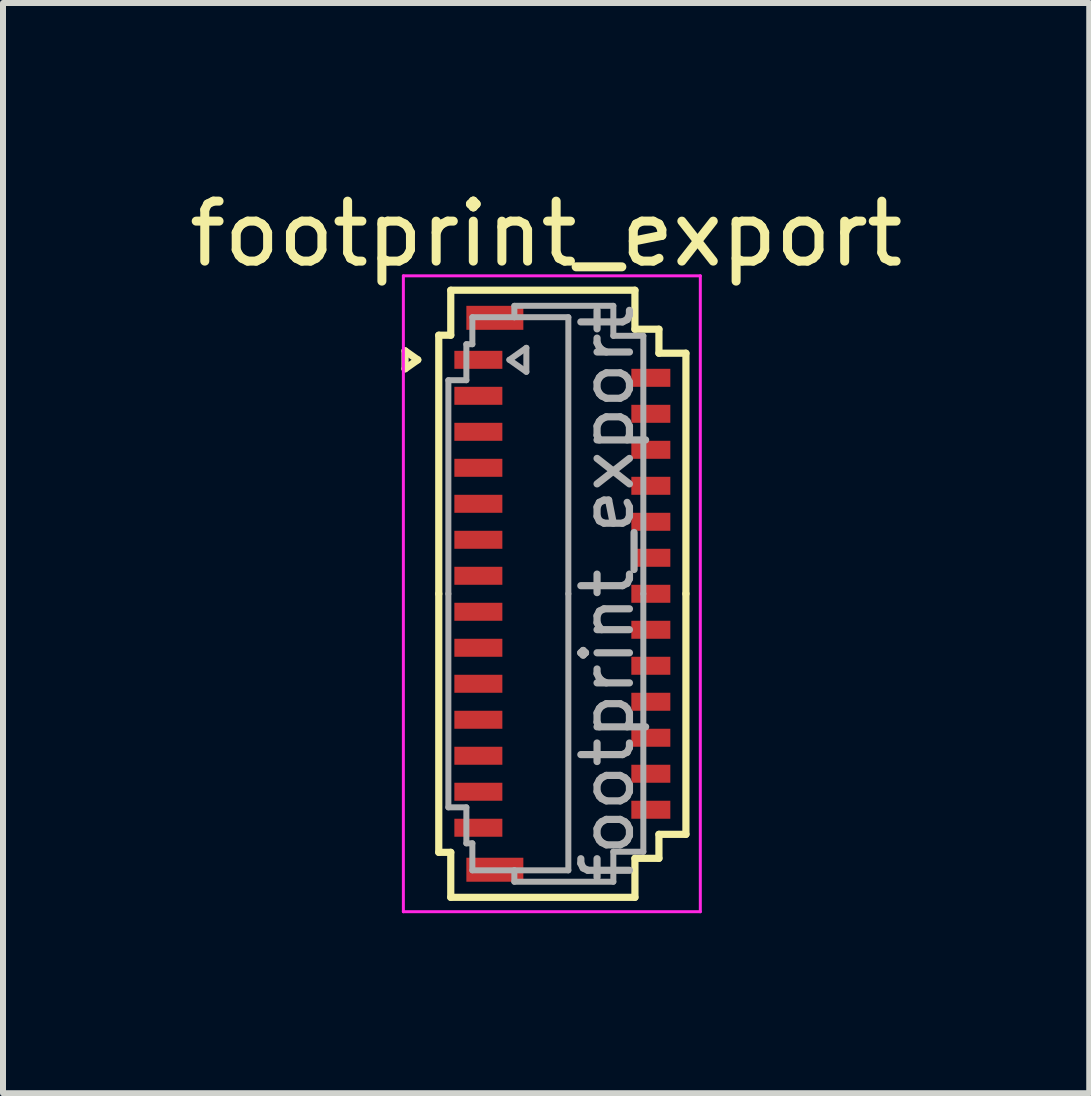
<source format=kicad_pcb>
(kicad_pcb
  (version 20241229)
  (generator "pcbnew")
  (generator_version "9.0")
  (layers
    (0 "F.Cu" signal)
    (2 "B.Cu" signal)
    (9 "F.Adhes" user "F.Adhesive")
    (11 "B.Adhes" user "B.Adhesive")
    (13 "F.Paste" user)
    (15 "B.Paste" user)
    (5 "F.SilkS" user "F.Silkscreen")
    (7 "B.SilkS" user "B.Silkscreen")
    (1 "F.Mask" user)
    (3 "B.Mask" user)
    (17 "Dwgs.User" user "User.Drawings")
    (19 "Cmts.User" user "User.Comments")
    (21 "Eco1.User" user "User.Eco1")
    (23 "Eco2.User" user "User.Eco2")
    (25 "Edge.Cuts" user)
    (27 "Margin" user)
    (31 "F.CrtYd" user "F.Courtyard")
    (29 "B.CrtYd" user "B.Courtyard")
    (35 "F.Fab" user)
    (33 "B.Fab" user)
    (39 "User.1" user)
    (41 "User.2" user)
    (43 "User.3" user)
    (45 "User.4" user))
  (footprint "footprint_export"
    (layer "F.Cu")
    (at 6.324 6.848)
    (property "Reference" "footprint_export" (at -0.27 -6 0) (layer "F.SilkS") (effects (font (size 1 1) (thickness 0.15))))
    (attr smd)
    (fp_line (start -2.622 -4.05) (end -2.41 -3.9) (stroke (width 0.12) (type solid)) (layer "F.SilkS"))
    (fp_line (start -2.622 -3.75) (end -2.622 -4.05) (stroke (width 0.12) (type solid)) (layer "F.SilkS"))
    (fp_line (start -2.41 -3.9) (end -2.622 -3.75) (stroke (width 0.12) (type solid)) (layer "F.SilkS"))
    (fp_line (start -2.06 -4.31) (end -2.06 0) (stroke (width 0.12) (type solid)) (layer "F.SilkS"))
    (fp_line (start -2.06 4.31) (end -2.06 0) (stroke (width 0.12) (type solid)) (layer "F.SilkS"))
    (fp_line (start -1.86 -5.06) (end -1.86 -4.31) (stroke (width 0.12) (type solid)) (layer "F.SilkS"))
    (fp_line (start -1.86 -4.31) (end -2.06 -4.31) (stroke (width 0.12) (type solid)) (layer "F.SilkS"))
    (fp_line (start -1.86 4.31) (end -2.06 4.31) (stroke (width 0.12) (type solid)) (layer "F.SilkS"))
    (fp_line (start -1.86 5.06) (end -1.86 4.31) (stroke (width 0.12) (type solid)) (layer "F.SilkS"))
    (fp_line (start 1.21 -5.06) (end -1.86 -5.06) (stroke (width 0.12) (type solid)) (layer "F.SilkS"))
    (fp_line (start 1.21 -4.41) (end 1.21 -5.06) (stroke (width 0.12) (type solid)) (layer "F.SilkS"))
    (fp_line (start 1.21 4.41) (end 1.21 5.06) (stroke (width 0.12) (type solid)) (layer "F.SilkS"))
    (fp_line (start 1.21 5.06) (end -1.86 5.06) (stroke (width 0.12) (type solid)) (layer "F.SilkS"))
    (fp_line (start 1.61 -4.41) (end 1.21 -4.41) (stroke (width 0.12) (type solid)) (layer "F.SilkS"))
    (fp_line (start 1.61 -4.01) (end 1.61 -4.41) (stroke (width 0.12) (type solid)) (layer "F.SilkS"))
    (fp_line (start 1.61 4.01) (end 1.61 4.41) (stroke (width 0.12) (type solid)) (layer "F.SilkS"))
    (fp_line (start 1.61 4.41) (end 1.21 4.41) (stroke (width 0.12) (type solid)) (layer "F.SilkS"))
    (fp_line (start 2.06 -4.01) (end 1.61 -4.01) (stroke (width 0.12) (type solid)) (layer "F.SilkS"))
    (fp_line (start 2.06 0) (end 2.06 -4.01) (stroke (width 0.12) (type solid)) (layer "F.SilkS"))
    (fp_line (start 2.06 0) (end 2.06 4.01) (stroke (width 0.12) (type solid)) (layer "F.SilkS"))
    (fp_line (start 2.06 4.01) (end 1.61 4.01) (stroke (width 0.12) (type solid)) (layer "F.SilkS"))
    (fp_line (start -2.65 -5.3) (end -2.65 5.3) (stroke (width 0.05) (type solid)) (layer "F.CrtYd"))
    (fp_line (start -2.65 5.3) (end 2.3 5.3) (stroke (width 0.05) (type solid)) (layer "F.CrtYd"))
    (fp_line (start 2.3 -5.3) (end -2.65 -5.3) (stroke (width 0.05) (type solid)) (layer "F.CrtYd"))
    (fp_line (start 2.3 5.3) (end 2.3 -5.3) (stroke (width 0.05) (type solid)) (layer "F.CrtYd"))
    (fp_line (start -1.9 -3.56) (end -1.6 -3.56) (stroke (width 0.1) (type solid)) (layer "F.Fab"))
    (fp_line (start -1.9 0) (end -1.9 -3.56) (stroke (width 0.1) (type solid)) (layer "F.Fab"))
    (fp_line (start -1.9 0) (end -1.9 3.56) (stroke (width 0.1) (type solid)) (layer "F.Fab"))
    (fp_line (start -1.9 3.56) (end -1.6 3.56) (stroke (width 0.1) (type solid)) (layer "F.Fab"))
    (fp_line (start -1.6 -4.16) (end -1.5 -4.16) (stroke (width 0.1) (type solid)) (layer "F.Fab"))
    (fp_line (start -1.6 -3.56) (end -1.6 -4.16) (stroke (width 0.1) (type solid)) (layer "F.Fab"))
    (fp_line (start -1.6 3.56) (end -1.6 4.16) (stroke (width 0.1) (type solid)) (layer "F.Fab"))
    (fp_line (start -1.6 4.16) (end -1.5 4.16) (stroke (width 0.1) (type solid)) (layer "F.Fab"))
    (fp_line (start -1.5 -4.61) (end -0.8 -4.61) (stroke (width 0.1) (type solid)) (layer "F.Fab"))
    (fp_line (start -1.5 -4.16) (end -1.5 -4.61) (stroke (width 0.1) (type solid)) (layer "F.Fab"))
    (fp_line (start -1.5 4.16) (end -1.5 4.61) (stroke (width 0.1) (type solid)) (layer "F.Fab"))
    (fp_line (start -1.5 4.61) (end -0.8 4.61) (stroke (width 0.1) (type solid)) (layer "F.Fab"))
    (fp_line (start -0.883 -3.9) (end -0.6 -3.7) (stroke (width 0.1) (type solid)) (layer "F.Fab"))
    (fp_line (start -0.8 -4.8) (end 0.85 -4.8) (stroke (width 0.1) (type solid)) (layer "F.Fab"))
    (fp_line (start -0.8 -4.61) (end -0.8 -4.8) (stroke (width 0.1) (type solid)) (layer "F.Fab"))
    (fp_line (start -0.8 4.61) (end -0.8 4.8) (stroke (width 0.1) (type solid)) (layer "F.Fab"))
    (fp_line (start -0.8 4.8) (end 0.85 4.8) (stroke (width 0.1) (type solid)) (layer "F.Fab"))
    (fp_line (start -0.6 -4.1) (end -0.883 -3.9) (stroke (width 0.1) (type solid)) (layer "F.Fab"))
    (fp_line (start -0.6 -3.7) (end -0.6 -4.1) (stroke (width 0.1) (type solid)) (layer "F.Fab"))
    (fp_line (start 0.1 -4.61) (end -0.8 -4.61) (stroke (width 0.1) (type solid)) (layer "F.Fab"))
    (fp_line (start 0.1 0) (end 0.1 -4.61) (stroke (width 0.1) (type solid)) (layer "F.Fab"))
    (fp_line (start 0.1 0) (end 0.1 4.61) (stroke (width 0.1) (type solid)) (layer "F.Fab"))
    (fp_line (start 0.1 4.61) (end -0.8 4.61) (stroke (width 0.1) (type solid)) (layer "F.Fab"))
    (fp_line (start 0.85 -4.8) (end 0.85 -4.3) (stroke (width 0.1) (type solid)) (layer "F.Fab"))
    (fp_line (start 0.85 -4.3) (end 1.35 -4.3) (stroke (width 0.1) (type solid)) (layer "F.Fab"))
    (fp_line (start 0.85 4.3) (end 1.35 4.3) (stroke (width 0.1) (type solid)) (layer "F.Fab"))
    (fp_line (start 0.85 4.8) (end 0.85 4.3) (stroke (width 0.1) (type solid)) (layer "F.Fab"))
    (fp_line (start 1.35 -4.3) (end 1.35 0) (stroke (width 0.1) (type solid)) (layer "F.Fab"))
    (fp_line (start 1.35 4.3) (end 1.35 0) (stroke (width 0.1) (type solid)) (layer "F.Fab"))
    (fp_text user "${REFERENCE}" (at 0.75 0 90) (layer "F.Fab") (effects (font (size 0.81 0.81) (thickness 0.12))))
    (pad "1" smd rect (at -1.4 -3.9) (size 0.8 0.3) (layers "F.Cu" "F.Mask" "F.Paste"))
    (pad "2" smd rect (at 1.475 -3.6) (size 0.65 0.3) (layers "F.Cu" "F.Mask" "F.Paste"))
    (pad "3" smd rect (at -1.4 -3.3) (size 0.8 0.3) (layers "F.Cu" "F.Mask" "F.Paste"))
    (pad "4" smd rect (at 1.475 -3) (size 0.65 0.3) (layers "F.Cu" "F.Mask" "F.Paste"))
    (pad "5" smd rect (at -1.4 -2.7) (size 0.8 0.3) (layers "F.Cu" "F.Mask" "F.Paste"))
    (pad "6" smd rect (at 1.475 -2.4) (size 0.65 0.3) (layers "F.Cu" "F.Mask" "F.Paste"))
    (pad "7" smd rect (at -1.4 -2.1) (size 0.8 0.3) (layers "F.Cu" "F.Mask" "F.Paste"))
    (pad "8" smd rect (at 1.475 -1.8) (size 0.65 0.3) (layers "F.Cu" "F.Mask" "F.Paste"))
    (pad "9" smd rect (at -1.4 -1.5) (size 0.8 0.3) (layers "F.Cu" "F.Mask" "F.Paste"))
    (pad "10" smd rect (at 1.475 -1.2) (size 0.65 0.3) (layers "F.Cu" "F.Mask" "F.Paste"))
    (pad "11" smd rect (at -1.4 -0.9) (size 0.8 0.3) (layers "F.Cu" "F.Mask" "F.Paste"))
    (pad "12" smd rect (at 1.475 -0.6) (size 0.65 0.3) (layers "F.Cu" "F.Mask" "F.Paste"))
    (pad "13" smd rect (at -1.4 -0.3) (size 0.8 0.3) (layers "F.Cu" "F.Mask" "F.Paste"))
    (pad "14" smd rect (at 1.475 0) (size 0.65 0.3) (layers "F.Cu" "F.Mask" "F.Paste"))
    (pad "15" smd rect (at -1.4 0.3) (size 0.8 0.3) (layers "F.Cu" "F.Mask" "F.Paste"))
    (pad "16" smd rect (at 1.475 0.6) (size 0.65 0.3) (layers "F.Cu" "F.Mask" "F.Paste"))
    (pad "17" smd rect (at -1.4 0.9) (size 0.8 0.3) (layers "F.Cu" "F.Mask" "F.Paste"))
    (pad "18" smd rect (at 1.475 1.2) (size 0.65 0.3) (layers "F.Cu" "F.Mask" "F.Paste"))
    (pad "19" smd rect (at -1.4 1.5) (size 0.8 0.3) (layers "F.Cu" "F.Mask" "F.Paste"))
    (pad "20" smd rect (at 1.475 1.8) (size 0.65 0.3) (layers "F.Cu" "F.Mask" "F.Paste"))
    (pad "21" smd rect (at -1.4 2.1) (size 0.8 0.3) (layers "F.Cu" "F.Mask" "F.Paste"))
    (pad "22" smd rect (at 1.475 2.4) (size 0.65 0.3) (layers "F.Cu" "F.Mask" "F.Paste"))
    (pad "23" smd rect (at -1.4 2.7) (size 0.8 0.3) (layers "F.Cu" "F.Mask" "F.Paste"))
    (pad "24" smd rect (at 1.475 3) (size 0.65 0.3) (layers "F.Cu" "F.Mask" "F.Paste"))
    (pad "25" smd rect (at -1.4 3.3) (size 0.8 0.3) (layers "F.Cu" "F.Mask" "F.Paste"))
    (pad "26" smd rect (at 1.475 3.6) (size 0.65 0.3) (layers "F.Cu" "F.Mask" "F.Paste"))
    (pad "27" smd rect (at -1.4 3.9) (size 0.8 0.3) (layers "F.Cu" "F.Mask" "F.Paste"))
    (pad "MP" smd rect (at -1.125 -4.6) (size 0.95 0.4) (layers "F.Cu" "F.Mask" "F.Paste"))
    (pad "MP" smd rect (at -1.125 4.6) (size 0.95 0.4) (layers "F.Cu" "F.Mask" "F.Paste")))
  (gr_rect
    (start -3 -3)
    (end 15.107 15.173)
    (stroke (width 0.1) (type default))
    (fill no)
    (layer "Edge.Cuts")))
</source>
